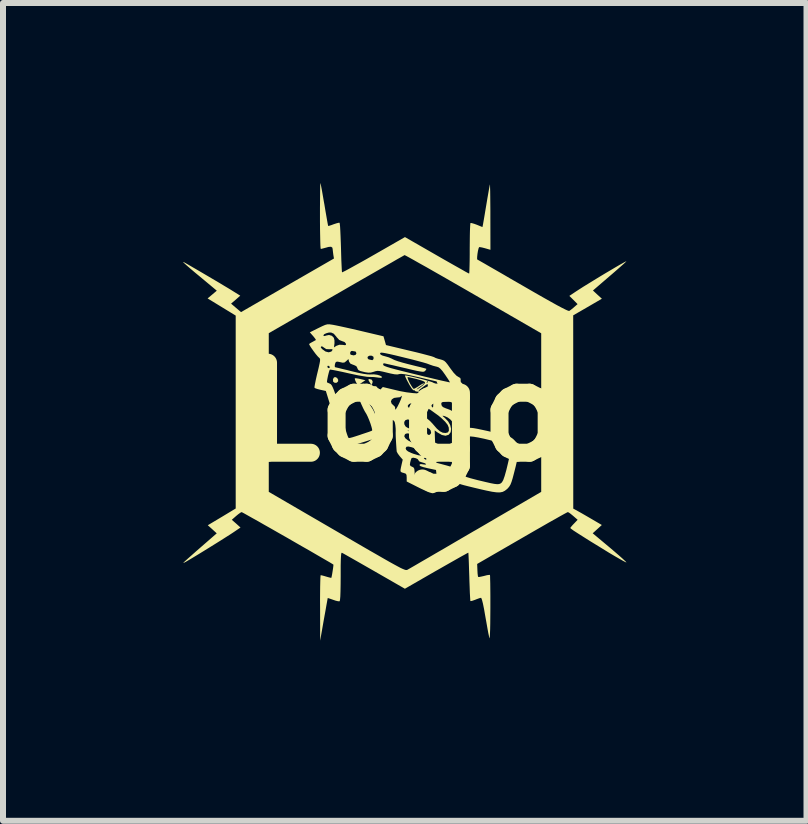
<source format=kicad_pcb>
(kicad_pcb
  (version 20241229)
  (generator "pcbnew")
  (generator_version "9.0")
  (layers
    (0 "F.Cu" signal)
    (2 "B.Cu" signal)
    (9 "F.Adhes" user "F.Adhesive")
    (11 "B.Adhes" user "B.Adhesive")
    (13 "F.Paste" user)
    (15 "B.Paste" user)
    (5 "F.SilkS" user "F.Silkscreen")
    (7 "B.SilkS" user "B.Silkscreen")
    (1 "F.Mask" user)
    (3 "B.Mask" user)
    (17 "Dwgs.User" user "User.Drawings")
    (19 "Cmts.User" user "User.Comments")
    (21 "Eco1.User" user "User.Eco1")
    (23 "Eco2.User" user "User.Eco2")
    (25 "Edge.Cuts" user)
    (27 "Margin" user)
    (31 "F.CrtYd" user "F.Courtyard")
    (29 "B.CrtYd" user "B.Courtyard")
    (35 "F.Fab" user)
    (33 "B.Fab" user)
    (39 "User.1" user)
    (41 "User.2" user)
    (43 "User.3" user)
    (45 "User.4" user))
  (footprint "Logo"
    (layer "F.Cu")
    (at 3.701 3.815)
    (property "Reference" "Logo" (at 0 0 0) (layer "F.SilkS") (effects (font (size 1.5 1.5) (thickness 0.3))))
    (attr board_only exclude_from_pos_files exclude_from_bom)
    (fp_poly (pts (xy -0.595 -0.55) (xy -0.556 -0.538) (xy -0.542 -0.508) (xy -0.546 -0.485) (xy -0.56 -0.448) (xy -0.588 -0.49) (xy -0.61 -0.527) (xy -0.613 -0.545) (xy -0.597 -0.55)) (stroke (width 0) (type solid)) (fill yes) (layer "F.SilkS"))
    (fp_poly (pts (xy -0.467 -0.418) (xy -0.46 -0.386) (xy -0.469 -0.352) (xy -0.497 -0.34) (xy -0.531 -0.346) (xy -0.544 -0.36) (xy -0.547 -0.401) (xy -0.528 -0.427) (xy -0.497 -0.432)) (stroke (width 0) (type solid)) (fill yes) (layer "F.SilkS"))
    (fp_poly (pts (xy -1.135 -0.569) (xy -1.117 -0.538) (xy -1.118 -0.511) (xy -1.14 -0.489) (xy -1.172 -0.486) (xy -1.198 -0.503) (xy -1.201 -0.509) (xy -1.204 -0.546) (xy -1.188 -0.575) (xy -1.168 -0.583)) (stroke (width 0) (type solid)) (fill yes) (layer "F.SilkS"))
    (fp_poly (pts (xy -0.779 -0.557) (xy -0.747 -0.55) (xy -0.663 -0.53) (xy -0.721 -0.491) (xy -0.758 -0.467) (xy -0.783 -0.453) (xy -0.787 -0.452) (xy -0.799 -0.465) (xy -0.819 -0.496) (xy -0.822 -0.502) (xy -0.837 -0.538) (xy -0.84 -0.56) (xy -0.839 -0.562) (xy -0.82 -0.563)) (stroke (width 0) (type solid)) (fill yes) (layer "F.SilkS"))
    (fp_poly (pts (xy -0.679 -0.469) (xy -0.661 -0.447) (xy -0.65 -0.43) (xy -0.625 -0.387) (xy -0.618 -0.363) (xy -0.633 -0.355) (xy -0.672 -0.361) (xy -0.728 -0.375) (xy -0.771 -0.388) (xy -0.786 -0.398) (xy -0.779 -0.411) (xy -0.769 -0.42) (xy -0.725 -0.456) (xy -0.697 -0.472)) (stroke (width 0) (type solid)) (fill yes) (layer "F.SilkS"))
    (fp_poly (pts (xy 0.304 0.984) (xy 0.353 0.992) (xy 0.401 1.003) (xy 0.436 1.012) (xy 0.448 1.017) (xy 0.454 1.037) (xy 0.457 1.077) (xy 0.458 1.087) (xy 0.454 1.13) (xy 0.438 1.15) (xy 0.404 1.148) (xy 0.35 1.124) (xy 0.335 1.117) (xy 0.283 1.084) (xy 0.256 1.05) (xy 0.25 1.031) (xy 0.245 0.996) (xy 0.247 0.979) (xy 0.265 0.978)) (stroke (width 0) (type solid)) (fill yes) (layer "F.SilkS"))
    (fp_poly (pts (xy 0.014 -0.608) (xy 0.057 -0.601) (xy 0.118 -0.588) (xy 0.19 -0.571) (xy 0.265 -0.552) (xy 0.338 -0.532) (xy 0.4 -0.514) (xy 0.446 -0.499) (xy 0.456 -0.495) (xy 0.497 -0.474) (xy 0.514 -0.45) (xy 0.517 -0.42) (xy 0.506 -0.373) (xy 0.485 -0.354) (xy 0.457 -0.346) (xy 0.409 -0.34) (xy 0.351 -0.337) (xy 0.289 -0.337) (xy 0.232 -0.338) (xy 0.188 -0.342) (xy 0.165 -0.349) (xy 0.164 -0.353) (xy 0.163 -0.356) (xy 0.222 -0.356) (xy 0.236 -0.354) (xy 0.27 -0.359) (xy 0.273 -0.359) (xy 0.318 -0.367) (xy 0.351 -0.369) (xy 0.371 -0.381) (xy 0.378 -0.419) (xy 0.376 -0.453) (xy 0.372 -0.468) (xy 0.372 -0.468) (xy 0.356 -0.459) (xy 0.323 -0.437) (xy 0.285 -0.409) (xy 0.249 -0.381) (xy 0.226 -0.362) (xy 0.222 -0.356) (xy 0.163 -0.356) (xy 0.162 -0.362) (xy 0.15 -0.36) (xy 0.131 -0.366) (xy 0.104 -0.399) (xy 0.066 -0.46) (xy 0.058 -0.476) (xy 0.027 -0.533) (xy 0.01 -0.57) (xy 0.039 -0.57) (xy 0.051 -0.536) (xy 0.074 -0.487) (xy 0.075 -0.484) (xy 0.104 -0.435) (xy 0.128 -0.399) (xy 0.143 -0.386) (xy 0.143 -0.386) (xy 0.164 -0.395) (xy 0.202 -0.417) (xy 0.232 -0.437) (xy 0.274 -0.463) (xy 0.304 -0.479) (xy 0.313 -0.48) (xy 0.305 -0.468) (xy 0.277 -0.444) (xy 0.255 -0.429) (xy 0.216 -0.402) (xy 0.193 -0.382) (xy 0.189 -0.377) (xy 0.201 -0.38) (xy 0.232 -0.398) (xy 0.26 -0.417) (xy 0.3 -0.449) (xy 0.326 -0.478) (xy 0.329 -0.485) (xy 0.357 -0.485) (xy 0.359 -0.484) (xy 0.374 -0.496) (xy 0.378 -0.501) (xy 0.382 -0.516) (xy 0.38 -0.517) (xy 0.365 -0.506) (xy 0.361 -0.501) (xy 0.357 -0.485) (xy 0.329 -0.485) (xy 0.331 -0.49) (xy 0.318 -0.507) (xy 0.276 -0.525) (xy 0.204 -0.546) (xy 0.195 -0.549) (xy 0.131 -0.564) (xy 0.078 -0.576) (xy 0.046 -0.582) (xy 0.041 -0.583) (xy 0.039 -0.57) (xy 0.01 -0.57) (xy 0.006 -0.578) (xy -0.004 -0.605) (xy -0.004 -0.609)) (stroke (width 0) (type solid)) (fill yes) (layer "F.SilkS"))
    (fp_poly (pts (xy -1.408 -3.798) (xy -1.399 -3.753) (xy -1.386 -3.684) (xy -1.371 -3.598) (xy -1.354 -3.499) (xy -1.346 -3.456) (xy -1.329 -3.353) (xy -1.313 -3.261) (xy -1.3 -3.186) (xy -1.29 -3.132) (xy -1.284 -3.103) (xy -1.283 -3.1) (xy -1.267 -3.103) (xy -1.229 -3.115) (xy -1.192 -3.129) (xy -1.143 -3.145) (xy -1.106 -3.154) (xy -1.093 -3.153) (xy -1.09 -3.135) (xy -1.085 -3.089) (xy -1.081 -3.019) (xy -1.077 -2.93) (xy -1.073 -2.826) (xy -1.07 -2.74) (xy -1.067 -2.628) (xy -1.064 -2.528) (xy -1.06 -2.443) (xy -1.057 -2.378) (xy -1.054 -2.338) (xy -1.052 -2.327) (xy -1.037 -2.334) (xy -0.996 -2.354) (xy -0.933 -2.388) (xy -0.852 -2.433) (xy -0.754 -2.487) (xy -0.645 -2.548) (xy -0.526 -2.616) (xy -0.524 -2.617) (xy -0.004 -2.915) (xy 0.525 -2.611) (xy 0.645 -2.542) (xy 0.756 -2.479) (xy 0.855 -2.423) (xy 0.939 -2.376) (xy 1.003 -2.339) (xy 1.046 -2.316) (xy 1.065 -2.307) (xy 1.065 -2.307) (xy 1.068 -2.323) (xy 1.07 -2.367) (xy 1.072 -2.435) (xy 1.074 -2.523) (xy 1.075 -2.627) (xy 1.075 -2.725) (xy 1.076 -2.838) (xy 1.077 -2.941) (xy 1.079 -3.028) (xy 1.082 -3.095) (xy 1.085 -3.137) (xy 1.088 -3.15) (xy 1.108 -3.148) (xy 1.15 -3.136) (xy 1.194 -3.12) (xy 1.287 -3.082) (xy 1.296 -3.125) (xy 1.301 -3.155) (xy 1.311 -3.211) (xy 1.324 -3.288) (xy 1.339 -3.378) (xy 1.355 -3.473) (xy 1.371 -3.569) (xy 1.386 -3.655) (xy 1.398 -3.724) (xy 1.407 -3.772) (xy 1.412 -3.793) (xy 1.412 -3.793) (xy 1.413 -3.781) (xy 1.414 -3.74) (xy 1.416 -3.673) (xy 1.417 -3.585) (xy 1.418 -3.478) (xy 1.419 -3.357) (xy 1.419 -3.256) (xy 1.42 -2.703) (xy 1.33 -2.729) (xy 1.279 -2.742) (xy 1.243 -2.748) (xy 1.231 -2.747) (xy 1.222 -2.725) (xy 1.212 -2.684) (xy 1.204 -2.635) (xy 1.199 -2.587) (xy 1.198 -2.552) (xy 1.201 -2.541) (xy 1.218 -2.532) (xy 1.26 -2.508) (xy 1.325 -2.471) (xy 1.411 -2.421) (xy 1.514 -2.362) (xy 1.632 -2.294) (xy 1.762 -2.218) (xy 1.903 -2.137) (xy 1.962 -2.103) (xy 2.142 -1.999) (xy 2.296 -1.911) (xy 2.424 -1.839) (xy 2.528 -1.781) (xy 2.609 -1.738) (xy 2.669 -1.708) (xy 2.709 -1.69) (xy 2.73 -1.684) (xy 2.734 -1.685) (xy 2.761 -1.704) (xy 2.8 -1.735) (xy 2.815 -1.749) (xy 2.872 -1.798) (xy 2.804 -1.867) (xy 2.735 -1.935) (xy 2.844 -2.008) (xy 2.898 -2.043) (xy 2.968 -2.088) (xy 3.051 -2.139) (xy 3.142 -2.195) (xy 3.237 -2.253) (xy 3.333 -2.311) (xy 3.425 -2.365) (xy 3.509 -2.415) (xy 3.581 -2.457) (xy 3.638 -2.489) (xy 3.674 -2.508) (xy 3.686 -2.512) (xy 3.674 -2.5) (xy 3.641 -2.469) (xy 3.59 -2.424) (xy 3.524 -2.366) (xy 3.448 -2.3) (xy 3.407 -2.265) (xy 3.128 -2.025) (xy 3.202 -1.956) (xy 3.277 -1.888) (xy 3.038 -1.749) (xy 2.799 -1.611) (xy 2.8 -0.001) (xy 2.8 1.609) (xy 2.886 1.656) (xy 2.938 1.685) (xy 3.007 1.725) (xy 3.083 1.769) (xy 3.124 1.793) (xy 3.276 1.882) (xy 3.2 1.951) (xy 3.124 2.02) (xy 3.405 2.255) (xy 3.486 2.324) (xy 3.558 2.386) (xy 3.618 2.439) (xy 3.66 2.478) (xy 3.683 2.501) (xy 3.686 2.505) (xy 3.673 2.502) (xy 3.636 2.483) (xy 3.579 2.451) (xy 3.506 2.409) (xy 3.421 2.359) (xy 3.386 2.338) (xy 3.224 2.238) (xy 3.083 2.152) (xy 2.966 2.078) (xy 2.873 2.019) (xy 2.805 1.975) (xy 2.764 1.945) (xy 2.75 1.932) (xy 2.761 1.916) (xy 2.788 1.884) (xy 2.812 1.859) (xy 2.873 1.795) (xy 2.799 1.731) (xy 2.757 1.696) (xy 2.724 1.673) (xy 2.709 1.667) (xy 2.692 1.675) (xy 2.649 1.698) (xy 2.584 1.734) (xy 2.498 1.783) (xy 2.394 1.841) (xy 2.276 1.909) (xy 2.145 1.984) (xy 2.005 2.065) (xy 1.946 2.099) (xy 1.199 2.531) (xy 1.203 2.635) (xy 1.206 2.69) (xy 1.211 2.731) (xy 1.215 2.747) (xy 1.234 2.748) (xy 1.274 2.74) (xy 1.313 2.731) (xy 1.363 2.718) (xy 1.4 2.713) (xy 1.412 2.714) (xy 1.414 2.732) (xy 1.415 2.779) (xy 1.417 2.851) (xy 1.418 2.944) (xy 1.419 3.054) (xy 1.419 3.178) (xy 1.419 3.266) (xy 1.418 3.405) (xy 1.417 3.526) (xy 1.415 3.625) (xy 1.412 3.701) (xy 1.409 3.75) (xy 1.406 3.77) (xy 1.404 3.768) (xy 1.397 3.74) (xy 1.385 3.684) (xy 1.371 3.608) (xy 1.355 3.517) (xy 1.337 3.417) (xy 1.336 3.411) (xy 1.314 3.284) (xy 1.295 3.19) (xy 1.279 3.128) (xy 1.267 3.098) (xy 1.263 3.095) (xy 1.237 3.101) (xy 1.193 3.117) (xy 1.168 3.127) (xy 1.123 3.143) (xy 1.093 3.15) (xy 1.086 3.148) (xy 1.084 3.129) (xy 1.081 3.081) (xy 1.077 3.011) (xy 1.074 2.921) (xy 1.07 2.818) (xy 1.068 2.742) (xy 1.064 2.632) (xy 1.061 2.533) (xy 1.058 2.451) (xy 1.055 2.389) (xy 1.053 2.352) (xy 1.052 2.343) (xy 1.037 2.35) (xy 0.997 2.372) (xy 0.935 2.406) (xy 0.854 2.452) (xy 0.757 2.507) (xy 0.648 2.569) (xy 0.529 2.637) (xy 0.521 2.641) (xy -0.005 2.944) (xy -0.52 2.648) (xy -0.639 2.58) (xy -0.749 2.517) (xy -0.847 2.461) (xy -0.93 2.414) (xy -0.995 2.377) (xy -1.038 2.353) (xy -1.055 2.344) (xy -1.062 2.348) (xy -1.067 2.369) (xy -1.07 2.408) (xy -1.073 2.47) (xy -1.075 2.557) (xy -1.075 2.672) (xy -1.075 2.739) (xy -1.076 2.875) (xy -1.078 2.986) (xy -1.081 3.071) (xy -1.086 3.126) (xy -1.091 3.151) (xy -1.092 3.153) (xy -1.115 3.153) (xy -1.158 3.143) (xy -1.199 3.129) (xy -1.247 3.112) (xy -1.281 3.101) (xy -1.291 3.099) (xy -1.294 3.116) (xy -1.302 3.16) (xy -1.314 3.227) (xy -1.329 3.313) (xy -1.347 3.412) (xy -1.355 3.456) (xy -1.417 3.809) (xy -1.418 3.263) (xy -1.419 3.133) (xy -1.418 3.014) (xy -1.417 2.91) (xy -1.415 2.825) (xy -1.413 2.762) (xy -1.41 2.725) (xy -1.408 2.718) (xy -1.386 2.722) (xy -1.345 2.733) (xy -1.315 2.742) (xy -1.269 2.755) (xy -1.238 2.762) (xy -1.231 2.763) (xy -1.226 2.744) (xy -1.218 2.705) (xy -1.21 2.655) (xy -1.202 2.604) (xy -1.197 2.563) (xy -1.196 2.543) (xy -1.196 2.542) (xy -1.213 2.531) (xy -1.254 2.506) (xy -1.318 2.469) (xy -1.401 2.421) (xy -1.499 2.364) (xy -1.609 2.3) (xy -1.729 2.232) (xy -1.854 2.16) (xy -1.982 2.086) (xy -2.109 2.014) (xy -2.233 1.943) (xy -2.35 1.877) (xy -2.456 1.816) (xy -2.55 1.764) (xy -2.626 1.721) (xy -2.683 1.689) (xy -2.717 1.671) (xy -2.725 1.667) (xy -2.746 1.677) (xy -2.782 1.703) (xy -2.816 1.731) (xy -2.889 1.795) (xy -2.816 1.859) (xy -2.744 1.924) (xy -2.871 2.01) (xy -2.92 2.042) (xy -2.988 2.085) (xy -3.071 2.138) (xy -3.164 2.196) (xy -3.262 2.257) (xy -3.359 2.317) (xy -3.452 2.374) (xy -3.535 2.424) (xy -3.603 2.465) (xy -3.651 2.493) (xy -3.67 2.503) (xy -3.686 2.511) (xy -3.695 2.515) (xy -3.695 2.511) (xy -3.684 2.499) (xy -3.659 2.476) (xy -3.618 2.439) (xy -3.559 2.387) (xy -3.48 2.317) (xy -3.401 2.248) (xy -3.14 2.021) (xy -3.214 1.953) (xy -3.289 1.886) (xy -3.056 1.747) (xy -2.824 1.607) (xy -2.824 1.33) (xy -2.273 1.33) (xy -1.138 1.99) (xy -0.932 2.11) (xy -0.753 2.214) (xy -0.598 2.304) (xy -0.465 2.38) (xy -0.354 2.444) (xy -0.261 2.497) (xy -0.185 2.539) (xy -0.124 2.572) (xy -0.077 2.597) (xy -0.04 2.614) (xy -0.013 2.625) (xy 0.006 2.631) (xy 0.02 2.632) (xy 0.031 2.631) (xy 0.039 2.627) (xy 0.039 2.627) (xy 0.06 2.615) (xy 0.107 2.588) (xy 0.178 2.547) (xy 0.27 2.493) (xy 0.381 2.429) (xy 0.509 2.354) (xy 0.653 2.271) (xy 0.808 2.18) (xy 0.974 2.083) (xy 1.147 1.982) (xy 1.174 1.967) (xy 2.266 1.33) (xy 2.266 0.009) (xy 2.266 -1.312) (xy 1.134 -1.966) (xy 0.957 -2.068) (xy 0.788 -2.165) (xy 0.63 -2.256) (xy 0.484 -2.339) (xy 0.353 -2.414) (xy 0.238 -2.478) (xy 0.143 -2.532) (xy 0.069 -2.573) (xy 0.018 -2.601) (xy -0.008 -2.614) (xy -0.01 -2.615) (xy -0.026 -2.606) (xy -0.068 -2.582) (xy -0.134 -2.545) (xy -0.222 -2.494) (xy -0.33 -2.432) (xy -0.456 -2.36) (xy -0.597 -2.279) (xy -0.751 -2.191) (xy -0.916 -2.096) (xy -1.09 -1.995) (xy -1.148 -1.962) (xy -2.273 -1.314) (xy -2.273 0.008) (xy -2.273 1.33) (xy -2.824 1.33) (xy -2.824 0.000278) (xy -2.824 -1.607) (xy -3.058 -1.75) (xy -3.292 -1.893) (xy -3.216 -1.957) (xy -3.139 -2.022) (xy -3.392 -2.233) (xy -3.502 -2.324) (xy -3.587 -2.396) (xy -3.648 -2.449) (xy -3.686 -2.484) (xy -3.701 -2.5) (xy -3.694 -2.5) (xy -3.666 -2.485) (xy -3.615 -2.456) (xy -3.545 -2.415) (xy -3.462 -2.367) (xy -3.37 -2.313) (xy -3.273 -2.256) (xy -3.178 -2.2) (xy -3.088 -2.147) (xy -3.009 -2.099) (xy -2.945 -2.061) (xy -2.909 -2.039) (xy -2.748 -1.939) (xy -2.824 -1.872) (xy -2.901 -1.806) (xy -2.818 -1.735) (xy -2.735 -1.665) (xy -1.961 -2.112) (xy -1.187 -2.558) (xy -1.197 -2.617) (xy -1.203 -2.664) (xy -1.207 -2.699) (xy -1.207 -2.701) (xy -1.213 -2.738) (xy -1.235 -2.754) (xy -1.277 -2.751) (xy -1.313 -2.741) (xy -1.361 -2.728) (xy -1.397 -2.719) (xy -1.406 -2.717) (xy -1.41 -2.733) (xy -1.413 -2.778) (xy -1.415 -2.848) (xy -1.417 -2.94) (xy -1.419 -3.049) (xy -1.42 -3.172) (xy -1.42 -3.27) (xy -1.42 -3.401) (xy -1.419 -3.52) (xy -1.418 -3.624) (xy -1.417 -3.709) (xy -1.416 -3.772) (xy -1.414 -3.808) (xy -1.413 -3.815)) (stroke (width 0) (type solid)) (fill yes) (layer "F.SilkS"))
    (fp_poly (pts (xy -1.222 -1.456) (xy -1.202 -1.453) (xy -1.156 -1.444) (xy -1.084 -1.429) (xy -0.993 -1.409) (xy -0.889 -1.386) (xy -0.777 -1.36) (xy -0.731 -1.349) (xy -0.362 -1.262) (xy -0.341 -1.189) (xy -0.32 -1.116) (xy 0.077 -1.021) (xy 0.187 -0.995) (xy 0.286 -0.97) (xy 0.369 -0.948) (xy 0.433 -0.931) (xy 0.472 -0.918) (xy 0.484 -0.913) (xy 0.504 -0.902) (xy 0.545 -0.888) (xy 0.577 -0.88) (xy 0.618 -0.868) (xy 0.649 -0.854) (xy 0.676 -0.83) (xy 0.708 -0.79) (xy 0.749 -0.732) (xy 0.806 -0.656) (xy 0.854 -0.606) (xy 0.885 -0.586) (xy 0.918 -0.567) (xy 0.925 -0.542) (xy 0.923 -0.534) (xy 0.926 -0.5) (xy 0.939 -0.487) (xy 0.951 -0.477) (xy 0.955 -0.458) (xy 0.951 -0.424) (xy 0.94 -0.369) (xy 0.932 -0.335) (xy 0.9 -0.197) (xy 0.749 -0.182) (xy 0.678 -0.175) (xy 0.634 -0.169) (xy 0.611 -0.161) (xy 0.602 -0.149) (xy 0.602 -0.131) (xy 0.603 -0.126) (xy 0.611 -0.1) (xy 0.635 -0.08) (xy 0.681 -0.06) (xy 0.697 -0.055) (xy 0.749 -0.035) (xy 0.793 -0.011) (xy 0.835 0.023) (xy 0.881 0.071) (xy 0.939 0.14) (xy 0.952 0.156) (xy 0.996 0.209) (xy 1.028 0.241) (xy 1.055 0.257) (xy 1.084 0.263) (xy 1.102 0.264) (xy 1.138 0.268) (xy 1.2 0.279) (xy 1.281 0.296) (xy 1.374 0.316) (xy 1.461 0.337) (xy 1.567 0.362) (xy 1.645 0.383) (xy 1.702 0.399) (xy 1.743 0.415) (xy 1.773 0.43) (xy 1.797 0.448) (xy 1.817 0.467) (xy 1.852 0.505) (xy 1.875 0.544) (xy 1.888 0.587) (xy 1.89 0.641) (xy 1.882 0.711) (xy 1.865 0.803) (xy 1.84 0.91) (xy 1.812 1.02) (xy 1.79 1.104) (xy 1.771 1.165) (xy 1.753 1.21) (xy 1.733 1.243) (xy 1.711 1.269) (xy 1.697 1.283) (xy 1.661 1.311) (xy 1.624 1.33) (xy 1.579 1.339) (xy 1.522 1.338) (xy 1.448 1.328) (xy 1.35 1.308) (xy 1.266 1.289) (xy 1.144 1.26) (xy 1.05 1.237) (xy 0.979 1.219) (xy 0.926 1.204) (xy 0.888 1.189) (xy 0.86 1.174) (xy 0.837 1.156) (xy 0.815 1.134) (xy 0.791 1.108) (xy 0.737 1.055) (xy 0.699 1.029) (xy 0.674 1.031) (xy 0.661 1.061) (xy 0.657 1.121) (xy 0.657 1.123) (xy 0.654 1.184) (xy 0.644 1.224) (xy 0.623 1.257) (xy 0.616 1.265) (xy 0.577 1.298) (xy 0.53 1.328) (xy 0.484 1.348) (xy 0.456 1.353) (xy 0.432 1.348) (xy 0.402 1.339) (xy 0.371 1.327) (xy 0.319 1.303) (xy 0.253 1.272) (xy 0.193 1.242) (xy 0.025 1.157) (xy 0.025 1.092) (xy 0.022 1.049) (xy 0.009 1.027) (xy -0.021 1.016) (xy -0.057 1.006) (xy -0.075 0.993) (xy -0.079 0.969) (xy -0.071 0.924) (xy -0.064 0.893) (xy -0.061 0.879) (xy 0.078 0.879) (xy 0.09 0.9) (xy 0.114 0.911) (xy 0.14 0.925) (xy 0.152 0.948) (xy 0.156 0.991) (xy 0.157 1.005) (xy 0.157 1.084) (xy 0.284 1.144) (xy 0.373 1.182) (xy 0.438 1.202) (xy 0.485 1.202) (xy 0.515 1.185) (xy 0.516 1.183) (xy 0.527 1.149) (xy 0.527 1.086) (xy 0.524 1.062) (xy 0.513 0.965) (xy 0.376 0.936) (xy 0.299 0.917) (xy 0.254 0.901) (xy 0.238 0.885) (xy 0.238 0.884) (xy 0.246 0.869) (xy 0.274 0.868) (xy 0.298 0.872) (xy 0.338 0.876) (xy 0.348 0.868) (xy 0.347 0.866) (xy 0.325 0.852) (xy 0.286 0.84) (xy 0.279 0.838) (xy 0.239 0.825) (xy 0.222 0.806) (xy 0.222 0.804) (xy 0.208 0.784) (xy 0.176 0.769) (xy 0.31 0.769) (xy 0.323 0.782) (xy 0.346 0.795) (xy 0.353 0.786) (xy 0.353 0.772) (xy 0.342 0.756) (xy 0.327 0.758) (xy 0.31 0.769) (xy 0.176 0.769) (xy 0.175 0.769) (xy 0.138 0.761) (xy 0.11 0.765) (xy 0.105 0.77) (xy 0.094 0.798) (xy 0.083 0.84) (xy 0.083 0.841) (xy 0.078 0.879) (xy -0.061 0.879) (xy -0.041 0.793) (xy -0.09 0.737) (xy -0.121 0.696) (xy -0.14 0.662) (xy -0.142 0.652) (xy -0.146 0.605) (xy 0.008 0.605) (xy 0.017 0.631) (xy 0.047 0.656) (xy 0.102 0.682) (xy 0.142 0.697) (xy 0.216 0.719) (xy 0.276 0.729) (xy 0.315 0.726) (xy 0.325 0.721) (xy 0.33 0.7) (xy 0.307 0.674) (xy 0.254 0.644) (xy 0.201 0.621) (xy 0.309 0.621) (xy 0.311 0.631) (xy 0.32 0.632) (xy 0.334 0.626) (xy 0.331 0.621) (xy 0.312 0.619) (xy 0.309 0.621) (xy 0.201 0.621) (xy 0.188 0.615) (xy 0.107 0.586) (xy 0.052 0.574) (xy 0.02 0.579) (xy 0.008 0.602) (xy 0.008 0.605) (xy -0.146 0.605) (xy -0.151 0.529) (xy -0.157 0.425) (xy -0.158 0.403) (xy -0.016 0.403) (xy 0.003 0.438) (xy 0.054 0.477) (xy 0.136 0.519) (xy 0.146 0.523) (xy 0.238 0.559) (xy 0.309 0.576) (xy 0.355 0.574) (xy 0.376 0.553) (xy 0.378 0.542) (xy 0.369 0.521) (xy 0.342 0.497) (xy 0.292 0.465) (xy 0.23 0.432) (xy 0.146 0.39) (xy 0.098 0.37) (xy 0.207 0.37) (xy 0.214 0.377) (xy 0.24 0.394) (xy 0.273 0.413) (xy 0.302 0.429) (xy 0.316 0.434) (xy 0.32 0.423) (xy 0.32 0.42) (xy 0.307 0.407) (xy 0.275 0.39) (xy 0.238 0.376) (xy 0.209 0.37) (xy 0.207 0.37) (xy 0.098 0.37) (xy 0.086 0.365) (xy 0.043 0.355) (xy 0.013 0.36) (xy -0.004 0.371) (xy -0.016 0.403) (xy -0.158 0.403) (xy -0.159 0.347) (xy -0.158 0.312) (xy 0.041 0.312) (xy 0.049 0.32) (xy 0.057 0.312) (xy 0.049 0.304) (xy 0.041 0.312) (xy -0.158 0.312) (xy -0.159 0.275) (xy -0.164 0.224) (xy -0.166 0.21) (xy -0.175 0.165) (xy -0.016 0.165) (xy -0.015 0.203) (xy 0.006 0.24) (xy 0.03 0.257) (xy 0.069 0.275) (xy 0.125 0.297) (xy 0.192 0.321) (xy 0.261 0.344) (xy 0.324 0.364) (xy 0.374 0.377) (xy 0.401 0.382) (xy 0.402 0.382) (xy 0.424 0.364) (xy 0.432 0.344) (xy 0.424 0.307) (xy 0.423 0.306) (xy 0.491 0.306) (xy 0.496 0.457) (xy 0.5 0.543) (xy 0.505 0.634) (xy 0.51 0.714) (xy 0.511 0.726) (xy 0.52 0.845) (xy 0.588 0.863) (xy 0.696 0.892) (xy 0.774 0.915) (xy 0.828 0.934) (xy 0.861 0.951) (xy 0.876 0.966) (xy 0.878 0.975) (xy 0.884 1.003) (xy 0.905 1.029) (xy 0.944 1.053) (xy 1.004 1.077) (xy 1.088 1.103) (xy 1.202 1.133) (xy 1.223 1.138) (xy 1.337 1.165) (xy 1.423 1.185) (xy 1.486 1.197) (xy 1.532 1.202) (xy 1.563 1.2) (xy 1.586 1.192) (xy 1.604 1.178) (xy 1.612 1.17) (xy 1.633 1.134) (xy 1.657 1.066) (xy 1.685 0.966) (xy 1.706 0.879) (xy 1.73 0.776) (xy 1.747 0.697) (xy 1.752 0.638) (xy 1.742 0.595) (xy 1.715 0.564) (xy 1.668 0.538) (xy 1.597 0.515) (xy 1.5 0.49) (xy 1.427 0.472) (xy 1.316 0.445) (xy 1.22 0.425) (xy 1.144 0.412) (xy 1.093 0.407) (xy 1.084 0.407) (xy 1.036 0.407) (xy 0.996 0.395) (xy 0.955 0.366) (xy 0.909 0.317) (xy 0.853 0.244) (xy 0.853 0.244) (xy 0.796 0.171) (xy 0.75 0.122) (xy 0.707 0.09) (xy 0.662 0.07) (xy 0.649 0.066) (xy 0.625 0.061) (xy 0.624 0.067) (xy 0.647 0.087) (xy 0.661 0.099) (xy 0.715 0.155) (xy 0.75 0.218) (xy 0.765 0.28) (xy 0.758 0.335) (xy 0.727 0.376) (xy 0.723 0.379) (xy 0.672 0.395) (xy 0.611 0.382) (xy 0.538 0.34) (xy 0.536 0.338) (xy 0.491 0.306) (xy 0.423 0.306) (xy 0.407 0.285) (xy 0.377 0.266) (xy 0.326 0.239) (xy 0.263 0.209) (xy 0.195 0.179) (xy 0.131 0.152) (xy 0.078 0.132) (xy 0.045 0.123) (xy 0.042 0.123) (xy 0.004 0.135) (xy -0.016 0.165) (xy -0.175 0.165) (xy -0.175 0.165) (xy -0.192 0.141) (xy -0.227 0.127) (xy -0.244 0.123) (xy -0.291 0.11) (xy -0.325 0.101) (xy -0.331 0.099) (xy -0.337 0.087) (xy 0.157 0.087) (xy 0.175 0.118) (xy 0.21 0.147) (xy 0.234 0.159) (xy 0.281 0.171) (xy 0.304 0.16) (xy 0.302 0.128) (xy 0.298 0.116) (xy 0.279 0.098) (xy 0.244 0.08) (xy 0.203 0.065) (xy 0.171 0.06) (xy 0.162 0.063) (xy 0.157 0.087) (xy -0.337 0.087) (xy -0.341 0.081) (xy -0.344 0.044) (xy -0.342 0.003) (xy -0.335 -0.029) (xy -0.33 -0.037) (xy -0.332 -0.055) (xy -0.345 -0.08) (xy -0.363 -0.121) (xy -0.369 -0.167) (xy -0.369 -0.177) (xy -0.238 -0.177) (xy -0.226 -0.14) (xy -0.198 -0.114) (xy -0.171 -0.087) (xy -0.167 -0.064) (xy -0.168 -0.044) (xy -0.162 -0.042) (xy -0.149 -0.056) (xy -0.127 -0.093) (xy -0.119 -0.109) (xy 0.044 -0.109) (xy 0.045 -0.087) (xy 0.062 -0.071) (xy 0.103 -0.043) (xy 0.161 -0.009) (xy 0.222 0.025) (xy 0.305 0.07) (xy 0.366 0.11) (xy 0.413 0.149) (xy 0.456 0.194) (xy 0.466 0.206) (xy 0.528 0.277) (xy 0.579 0.321) (xy 0.625 0.344) (xy 0.671 0.349) (xy 0.673 0.349) (xy 0.711 0.339) (xy 0.727 0.313) (xy 0.728 0.306) (xy 0.726 0.26) (xy 0.707 0.213) (xy 0.665 0.16) (xy 0.6 0.098) (xy 0.552 0.058) (xy 0.417 -0.039) (xy 0.284 -0.108) (xy 0.158 -0.147) (xy 0.155 -0.147) (xy 0.105 -0.148) (xy 0.066 -0.134) (xy 0.044 -0.109) (xy -0.119 -0.109) (xy -0.101 -0.145) (xy -0.095 -0.157) (xy -0.094 -0.16) (xy 0.435 -0.16) (xy 0.437 -0.117) (xy 0.443 -0.089) (xy 0.446 -0.085) (xy 0.458 -0.076) (xy 0.465 -0.084) (xy 0.467 -0.113) (xy 0.468 -0.164) (xy 0.465 -0.214) (xy 0.458 -0.246) (xy 0.452 -0.254) (xy 0.443 -0.24) (xy 0.437 -0.205) (xy 0.435 -0.16) (xy -0.094 -0.16) (xy -0.072 -0.21) (xy -0.059 -0.251) (xy -0.057 -0.27) (xy -0.058 -0.271) (xy -0.074 -0.259) (xy -0.074 -0.256) (xy -0.088 -0.247) (xy -0.124 -0.243) (xy -0.13 -0.243) (xy -0.186 -0.235) (xy -0.223 -0.211) (xy -0.238 -0.177) (xy -0.369 -0.177) (xy -0.369 -0.22) (xy -0.426 -0.196) (xy -0.483 -0.18) (xy -0.54 -0.172) (xy -0.541 -0.172) (xy -0.581 -0.168) (xy -0.597 -0.153) (xy -0.589 -0.122) (xy -0.557 -0.073) (xy -0.549 -0.061) (xy -0.531 -0.03) (xy -0.507 0.022) (xy -0.479 0.087) (xy -0.45 0.159) (xy -0.422 0.232) (xy -0.399 0.298) (xy -0.381 0.352) (xy -0.373 0.386) (xy -0.374 0.395) (xy -0.391 0.402) (xy -0.434 0.416) (xy -0.496 0.437) (xy -0.573 0.462) (xy -0.658 0.489) (xy -0.746 0.516) (xy -0.83 0.543) (xy -0.906 0.566) (xy -0.967 0.584) (xy -1.008 0.596) (xy -1.022 0.599) (xy -1.032 0.585) (xy -1.05 0.545) (xy -1.072 0.487) (xy -1.096 0.418) (xy -1.12 0.345) (xy -1.142 0.273) (xy -1.159 0.21) (xy -1.168 0.169) (xy -1.176 0.134) (xy -1.192 0.075) (xy -1.214 -0.001) (xy -1.24 -0.086) (xy -1.25 -0.118) (xy -1.322 -0.351) (xy -1.413 -0.371) (xy -1.464 -0.384) (xy -1.5 -0.397) (xy -1.511 -0.404) (xy -1.511 -0.423) (xy -1.503 -0.469) (xy -1.494 -0.513) (xy -1.303 -0.513) (xy -1.303 -0.494) (xy -1.302 -0.494) (xy -1.285 -0.486) (xy -1.256 -0.473) (xy -1.239 -0.463) (xy -1.223 -0.443) (xy -1.206 -0.409) (xy -1.185 -0.358) (xy -1.159 -0.283) (xy -1.13 -0.195) (xy -1.101 -0.103) (xy -1.075 -0.016) (xy -1.053 0.057) (xy -1.039 0.111) (xy -1.035 0.131) (xy -1.026 0.174) (xy -1.011 0.233) (xy -0.992 0.298) (xy -0.973 0.359) (xy -0.957 0.405) (xy -0.949 0.423) (xy -0.944 0.43) (xy -0.934 0.433) (xy -0.915 0.43) (xy -0.88 0.421) (xy -0.826 0.404) (xy -0.746 0.378) (xy -0.739 0.375) (xy -0.667 0.351) (xy -0.607 0.331) (xy -0.567 0.316) (xy -0.551 0.309) (xy -0.551 0.29) (xy -0.561 0.249) (xy -0.578 0.194) (xy -0.6 0.135) (xy -0.624 0.078) (xy -0.646 0.033) (xy -0.658 0.014) (xy -0.676 -0.016) (xy -0.701 -0.065) (xy -0.729 -0.126) (xy -0.758 -0.192) (xy -0.785 -0.256) (xy -0.806 -0.311) (xy -0.819 -0.35) (xy -0.821 -0.366) (xy -0.804 -0.365) (xy -0.763 -0.356) (xy -0.706 -0.343) (xy -0.685 -0.337) (xy -0.602 -0.318) (xy -0.544 -0.308) (xy -0.503 -0.309) (xy -0.471 -0.321) (xy -0.442 -0.345) (xy -0.426 -0.361) (xy -0.373 -0.417) (xy -0.211 -0.378) (xy -0.089 -0.349) (xy 0.021 -0.329) (xy 0.127 -0.316) (xy 0.241 -0.308) (xy 0.374 -0.304) (xy 0.437 -0.304) (xy 0.557 -0.305) (xy 0.647 -0.307) (xy 0.713 -0.311) (xy 0.756 -0.318) (xy 0.782 -0.329) (xy 0.794 -0.343) (xy 0.796 -0.355) (xy 0.789 -0.381) (xy 0.78 -0.386) (xy 0.767 -0.4) (xy 0.762 -0.431) (xy 0.76 -0.456) (xy 0.755 -0.453) (xy 0.745 -0.421) (xy 0.743 -0.414) (xy 0.727 -0.37) (xy 0.707 -0.359) (xy 0.705 -0.359) (xy 0.675 -0.368) (xy 0.631 -0.377) (xy 0.627 -0.378) (xy 0.585 -0.392) (xy 0.559 -0.422) (xy 0.547 -0.449) (xy 0.523 -0.51) (xy 0.232 -0.579) (xy 0.121 -0.604) (xy 0.037 -0.622) (xy -0.024 -0.632) (xy -0.066 -0.636) (xy -0.094 -0.634) (xy -0.1 -0.632) (xy -0.131 -0.626) (xy -0.177 -0.629) (xy -0.244 -0.642) (xy -0.298 -0.655) (xy -0.372 -0.673) (xy -0.423 -0.683) (xy -0.46 -0.686) (xy -0.492 -0.681) (xy -0.524 -0.671) (xy -0.571 -0.658) (xy -0.615 -0.656) (xy -0.67 -0.664) (xy -0.69 -0.669) (xy -0.746 -0.683) (xy -0.778 -0.698) (xy -0.793 -0.719) (xy -0.796 -0.731) (xy -0.814 -0.764) (xy -0.855 -0.784) (xy -0.866 -0.787) (xy -0.912 -0.806) (xy -0.934 -0.837) (xy -0.936 -0.842) (xy -0.946 -0.883) (xy -0.983 -0.848) (xy -1.011 -0.826) (xy -1.041 -0.822) (xy -1.082 -0.831) (xy -1.127 -0.84) (xy -1.151 -0.836) (xy -1.16 -0.826) (xy -1.17 -0.8) (xy -1.174 -0.768) (xy -1.171 -0.749) (xy -1.168 -0.747) (xy -1.151 -0.743) (xy -1.107 -0.733) (xy -1.043 -0.717) (xy -0.962 -0.698) (xy -0.901 -0.682) (xy -0.783 -0.654) (xy -0.692 -0.636) (xy -0.625 -0.627) (xy -0.578 -0.626) (xy -0.572 -0.627) (xy -0.52 -0.628) (xy -0.466 -0.621) (xy -0.42 -0.607) (xy -0.391 -0.59) (xy -0.386 -0.579) (xy -0.401 -0.57) (xy -0.445 -0.573) (xy -0.456 -0.575) (xy -0.521 -0.583) (xy -0.588 -0.585) (xy -0.596 -0.585) (xy -0.635 -0.587) (xy -0.699 -0.597) (xy -0.782 -0.611) (xy -0.876 -0.631) (xy -0.954 -0.648) (xy -1.047 -0.669) (xy -1.129 -0.686) (xy -1.195 -0.699) (xy -1.239 -0.706) (xy -1.255 -0.707) (xy -1.264 -0.689) (xy -1.275 -0.65) (xy -1.287 -0.601) (xy -1.297 -0.551) (xy -1.303 -0.513) (xy -1.494 -0.513) (xy -1.49 -0.534) (xy -1.472 -0.614) (xy -1.463 -0.651) (xy -1.441 -0.742) (xy -1.439 -0.752) (xy -1.298 -0.752) (xy -1.285 -0.735) (xy -1.271 -0.731) (xy -1.256 -0.742) (xy -1.256 -0.744) (xy -1.267 -0.768) (xy -1.289 -0.771) (xy -1.291 -0.77) (xy -1.298 -0.752) (xy -1.439 -0.752) (xy -1.427 -0.806) (xy -1.419 -0.85) (xy -1.418 -0.876) (xy -1.423 -0.893) (xy -1.43 -0.901) (xy -0.629 -0.901) (xy -0.612 -0.879) (xy -0.596 -0.874) (xy -0.562 -0.867) (xy -0.548 -0.864) (xy -0.534 -0.875) (xy -0.527 -0.889) (xy -0.528 -0.92) (xy -0.555 -0.938) (xy -0.591 -0.94) (xy -0.621 -0.926) (xy -0.629 -0.901) (xy -1.43 -0.901) (xy -1.432 -0.903) (xy -1.438 -0.908) (xy -1.459 -0.929) (xy -1.491 -0.967) (xy -1.509 -0.991) (xy -0.917 -0.991) (xy -0.916 -0.966) (xy -0.905 -0.954) (xy -0.859 -0.944) (xy -0.826 -0.953) (xy -0.813 -0.976) (xy -0.419 -0.976) (xy -0.409 -0.956) (xy -0.376 -0.94) (xy -0.332 -0.928) (xy -0.274 -0.911) (xy -0.223 -0.889) (xy -0.204 -0.879) (xy -0.174 -0.865) (xy -0.118 -0.845) (xy -0.044 -0.823) (xy 0.043 -0.8) (xy 0.091 -0.788) (xy 0.178 -0.766) (xy 0.253 -0.748) (xy 0.31 -0.733) (xy 0.345 -0.723) (xy 0.352 -0.72) (xy 0.348 -0.705) (xy 0.332 -0.686) (xy 0.321 -0.677) (xy 0.305 -0.672) (xy 0.281 -0.672) (xy 0.244 -0.677) (xy 0.19 -0.687) (xy 0.114 -0.704) (xy 0.011 -0.729) (xy -0.02 -0.736) (xy -0.119 -0.759) (xy -0.207 -0.78) (xy -0.28 -0.796) (xy -0.331 -0.808) (xy -0.357 -0.813) (xy -0.358 -0.813) (xy -0.367 -0.8) (xy -0.366 -0.785) (xy -0.359 -0.776) (xy -0.338 -0.765) (xy -0.301 -0.751) (xy -0.246 -0.734) (xy -0.169 -0.713) (xy -0.067 -0.687) (xy 0.062 -0.655) (xy 0.189 -0.624) (xy 0.318 -0.592) (xy 0.437 -0.564) (xy 0.541 -0.539) (xy 0.628 -0.519) (xy 0.693 -0.505) (xy 0.733 -0.496) (xy 0.745 -0.494) (xy 0.738 -0.509) (xy 0.717 -0.544) (xy 0.684 -0.593) (xy 0.664 -0.623) (xy 0.62 -0.684) (xy 0.586 -0.722) (xy 0.558 -0.744) (xy 0.528 -0.755) (xy 0.518 -0.757) (xy 0.464 -0.771) (xy 0.404 -0.792) (xy 0.394 -0.796) (xy 0.359 -0.809) (xy 0.298 -0.827) (xy 0.216 -0.849) (xy 0.118 -0.875) (xy 0.011 -0.901) (xy -0.045 -0.915) (xy -0.164 -0.944) (xy -0.256 -0.965) (xy -0.322 -0.979) (xy -0.368 -0.987) (xy -0.397 -0.99) (xy -0.412 -0.987) (xy -0.418 -0.98) (xy -0.419 -0.976) (xy -0.813 -0.976) (xy -0.813 -0.977) (xy -0.822 -1.004) (xy -0.836 -1.01) (xy -0.873 -1.016) (xy -0.883 -1.019) (xy -0.904 -1.014) (xy -0.917 -0.991) (xy -1.509 -0.991) (xy -1.526 -1.014) (xy -1.561 -1.063) (xy -1.569 -1.075) (xy -1.406 -1.075) (xy -1.383 -1.048) (xy -1.327 -1.008) (xy -1.275 -0.995) (xy -1.233 -1.007) (xy -1.226 -1.013) (xy -1.209 -1.037) (xy -1.218 -1.047) (xy -1.257 -1.047) (xy -1.263 -1.046) (xy -1.316 -1.049) (xy -1.351 -1.072) (xy -1.38 -1.092) (xy -1.402 -1.093) (xy -1.406 -1.075) (xy -1.569 -1.075) (xy -1.587 -1.103) (xy -1.6 -1.129) (xy -1.601 -1.132) (xy -1.588 -1.144) (xy -1.555 -1.163) (xy -1.547 -1.167) (xy -1.511 -1.187) (xy -1.489 -1.199) (xy -1.488 -1.2) (xy -1.494 -1.214) (xy -1.517 -1.245) (xy -1.535 -1.267) (xy -1.545 -1.278) (xy -1.364 -1.278) (xy -1.362 -1.272) (xy -1.341 -1.266) (xy -1.319 -1.274) (xy -1.269 -1.284) (xy -1.221 -1.27) (xy -1.189 -1.237) (xy -1.179 -1.198) (xy -1.178 -1.147) (xy -1.179 -1.139) (xy -1.187 -1.077) (xy -1.147 -1.103) (xy -1.097 -1.121) (xy -1.044 -1.119) (xy -1.003 -1.114) (xy -0.987 -1.119) (xy -0.988 -1.137) (xy -0.988 -1.14) (xy -1.011 -1.167) (xy -1.05 -1.181) (xy -1.099 -1.201) (xy -1.141 -1.246) (xy -1.147 -1.255) (xy -1.19 -1.305) (xy -1.234 -1.325) (xy -1.235 -1.325) (xy -1.275 -1.324) (xy -1.317 -1.312) (xy -1.35 -1.296) (xy -1.364 -1.278) (xy -1.545 -1.278) (xy -1.589 -1.328) (xy -1.447 -1.399) (xy -1.381 -1.431) (xy -1.335 -1.451) (xy -1.299 -1.461) (xy -1.265 -1.462)) (stroke (width 0) (type solid)) (fill yes) (layer "F.SilkS")))
  (gr_rect
    (start -3 -3)
    (end 10.387 10.625)
    (stroke (width 0.1) (type default))
    (fill no)
    (layer "Edge.Cuts")))
</source>
